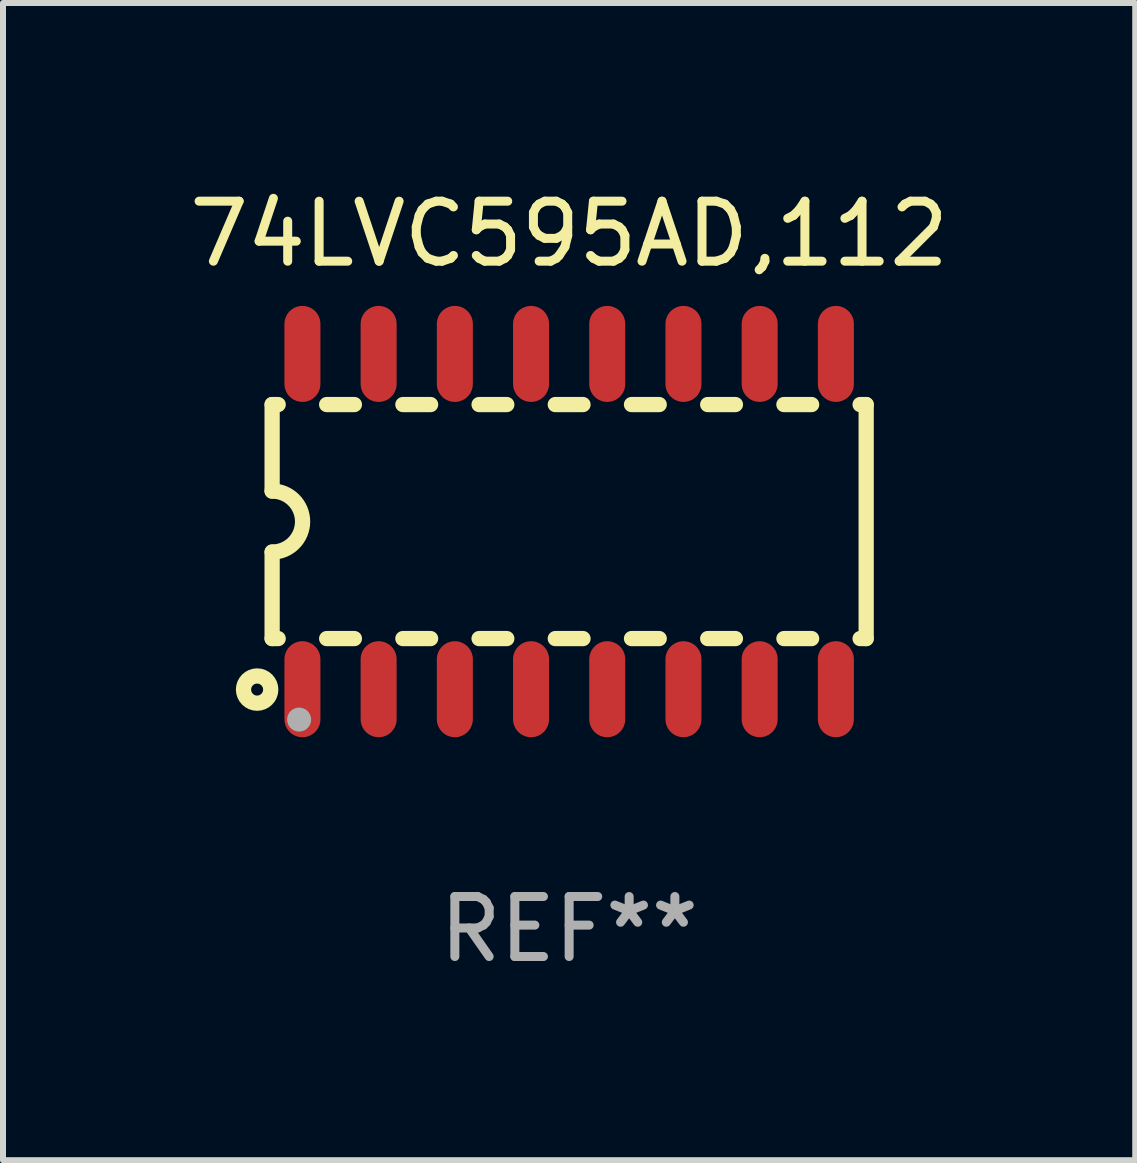
<source format=kicad_pcb>
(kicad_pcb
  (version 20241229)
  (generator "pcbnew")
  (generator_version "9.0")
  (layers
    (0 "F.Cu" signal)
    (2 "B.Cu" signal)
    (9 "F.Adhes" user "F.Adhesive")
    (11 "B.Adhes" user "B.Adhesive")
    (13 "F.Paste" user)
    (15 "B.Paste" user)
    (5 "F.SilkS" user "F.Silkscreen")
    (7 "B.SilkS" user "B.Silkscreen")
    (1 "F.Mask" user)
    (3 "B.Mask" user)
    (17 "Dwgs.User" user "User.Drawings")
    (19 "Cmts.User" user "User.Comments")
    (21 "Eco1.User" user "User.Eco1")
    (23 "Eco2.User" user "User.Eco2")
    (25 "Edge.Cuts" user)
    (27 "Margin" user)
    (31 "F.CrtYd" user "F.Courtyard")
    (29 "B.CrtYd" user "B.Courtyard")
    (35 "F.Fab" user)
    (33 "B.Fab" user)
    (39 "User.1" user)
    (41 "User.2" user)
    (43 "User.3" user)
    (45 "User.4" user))
  (footprint "74LVC595AD,112"
    (layer "F.Cu")
    (at 6.435 5.642)
    (property "Reference" "74LVC595AD,112" (at 0 -4.794 0) (layer "F.SilkS") (effects (font (size 1 1) (thickness 0.15))))
    (attr through_hole)
    (fp_line (start -4.95 -1.95) (end -4.95 -0.508) (stroke (width 0.254) (type solid)) (layer "F.SilkS"))
    (fp_line (start -4.95 -1.95) (end -4.849 -1.95) (stroke (width 0.254) (type solid)) (layer "F.SilkS"))
    (fp_line (start -4.95 1.95) (end -4.95 0.508) (stroke (width 0.254) (type solid)) (layer "F.SilkS"))
    (fp_line (start -4.95 1.95) (end -4.849 1.95) (stroke (width 0.254) (type solid)) (layer "F.SilkS"))
    (fp_line (start -4.041 -1.95) (end -3.579 -1.95) (stroke (width 0.254) (type solid)) (layer "F.SilkS"))
    (fp_line (start -4.041 1.95) (end -3.579 1.95) (stroke (width 0.254) (type solid)) (layer "F.SilkS"))
    (fp_line (start -2.771 -1.95) (end -2.309 -1.95) (stroke (width 0.254) (type solid)) (layer "F.SilkS"))
    (fp_line (start -2.771 1.95) (end -2.309 1.95) (stroke (width 0.254) (type solid)) (layer "F.SilkS"))
    (fp_line (start -1.501 -1.95) (end -1.039 -1.95) (stroke (width 0.254) (type solid)) (layer "F.SilkS"))
    (fp_line (start -1.501 1.95) (end -1.039 1.95) (stroke (width 0.254) (type solid)) (layer "F.SilkS"))
    (fp_line (start -0.231 -1.95) (end 0.231 -1.95) (stroke (width 0.254) (type solid)) (layer "F.SilkS"))
    (fp_line (start -0.231 1.95) (end 0.231 1.95) (stroke (width 0.254) (type solid)) (layer "F.SilkS"))
    (fp_line (start 1.039 -1.95) (end 1.501 -1.95) (stroke (width 0.254) (type solid)) (layer "F.SilkS"))
    (fp_line (start 1.039 1.95) (end 1.501 1.95) (stroke (width 0.254) (type solid)) (layer "F.SilkS"))
    (fp_line (start 2.309 -1.95) (end 2.771 -1.95) (stroke (width 0.254) (type solid)) (layer "F.SilkS"))
    (fp_line (start 2.309 1.95) (end 2.771 1.95) (stroke (width 0.254) (type solid)) (layer "F.SilkS"))
    (fp_line (start 3.579 -1.95) (end 4.041 -1.95) (stroke (width 0.254) (type solid)) (layer "F.SilkS"))
    (fp_line (start 3.579 1.95) (end 4.041 1.95) (stroke (width 0.254) (type solid)) (layer "F.SilkS"))
    (fp_line (start 4.849 -1.95) (end 4.95 -1.95) (stroke (width 0.254) (type solid)) (layer "F.SilkS"))
    (fp_line (start 4.849 1.95) (end 4.95 1.95) (stroke (width 0.254) (type solid)) (layer "F.SilkS"))
    (fp_line (start 4.95 -1.95) (end 4.95 1.95) (stroke (width 0.254) (type solid)) (layer "F.SilkS"))
    (fp_arc (start -4.95047 -0.508001) (mid -4.442469 -0.000228) (end -4.950013 0.508001) (stroke (width 0.254001) (type solid)) (layer "F.SilkS"))
    (fp_circle (center -5.2 2.8) (end -5.1 2.8) (stroke (width 0.254) (type solid)) (fill no) (layer "F.SilkS"))
    (fp_circle (center -4.95 2.947) (end -4.92 2.947) (stroke (width 0.06) (type solid)) (fill no) (layer "F.SilkS"))
    (fp_circle (center -4.5 3.3) (end -4.4 3.3) (stroke (width 0.2) (type solid)) (fill no) (layer "F.Fab"))
    (fp_text user "REF**" (at 0 6.794 0) (layer "F.Fab") (effects (font (size 1 1) (thickness 0.15))))
    (pad "1" smd oval (at -4.445 2.794) (size 0.6 1.6) (layers "F.Cu" "F.Mask" "F.Paste"))
    (pad "2" smd oval (at -3.175 2.794) (size 0.6 1.6) (layers "F.Cu" "F.Mask" "F.Paste"))
    (pad "3" smd oval (at -1.905 2.794) (size 0.6 1.6) (layers "F.Cu" "F.Mask" "F.Paste"))
    (pad "4" smd oval (at -0.635 2.794) (size 0.6 1.6) (layers "F.Cu" "F.Mask" "F.Paste"))
    (pad "5" smd oval (at 0.635 2.794) (size 0.6 1.6) (layers "F.Cu" "F.Mask" "F.Paste"))
    (pad "6" smd oval (at 1.905 2.794) (size 0.6 1.6) (layers "F.Cu" "F.Mask" "F.Paste"))
    (pad "7" smd oval (at 3.175 2.794) (size 0.6 1.6) (layers "F.Cu" "F.Mask" "F.Paste"))
    (pad "8" smd oval (at 4.445 2.794) (size 0.6 1.6) (layers "F.Cu" "F.Mask" "F.Paste"))
    (pad "9" smd oval (at 4.445 -2.794) (size 0.6 1.6) (layers "F.Cu" "F.Mask" "F.Paste"))
    (pad "10" smd oval (at 3.175 -2.794) (size 0.6 1.6) (layers "F.Cu" "F.Mask" "F.Paste"))
    (pad "11" smd oval (at 1.905 -2.794) (size 0.6 1.6) (layers "F.Cu" "F.Mask" "F.Paste"))
    (pad "12" smd oval (at 0.635 -2.794) (size 0.6 1.6) (layers "F.Cu" "F.Mask" "F.Paste"))
    (pad "13" smd oval (at -0.635 -2.794) (size 0.6 1.6) (layers "F.Cu" "F.Mask" "F.Paste"))
    (pad "14" smd oval (at -1.905 -2.794) (size 0.6 1.6) (layers "F.Cu" "F.Mask" "F.Paste"))
    (pad "15" smd oval (at -3.175 -2.794) (size 0.6 1.6) (layers "F.Cu" "F.Mask" "F.Paste"))
    (pad "16" smd oval (at -4.445 -2.794) (size 0.6 1.6) (layers "F.Cu" "F.Mask" "F.Paste")))
  (gr_rect
    (start -3 -3)
    (end 15.869 16.285)
    (stroke (width 0.1) (type default))
    (fill no)
    (layer "Edge.Cuts")))
</source>
